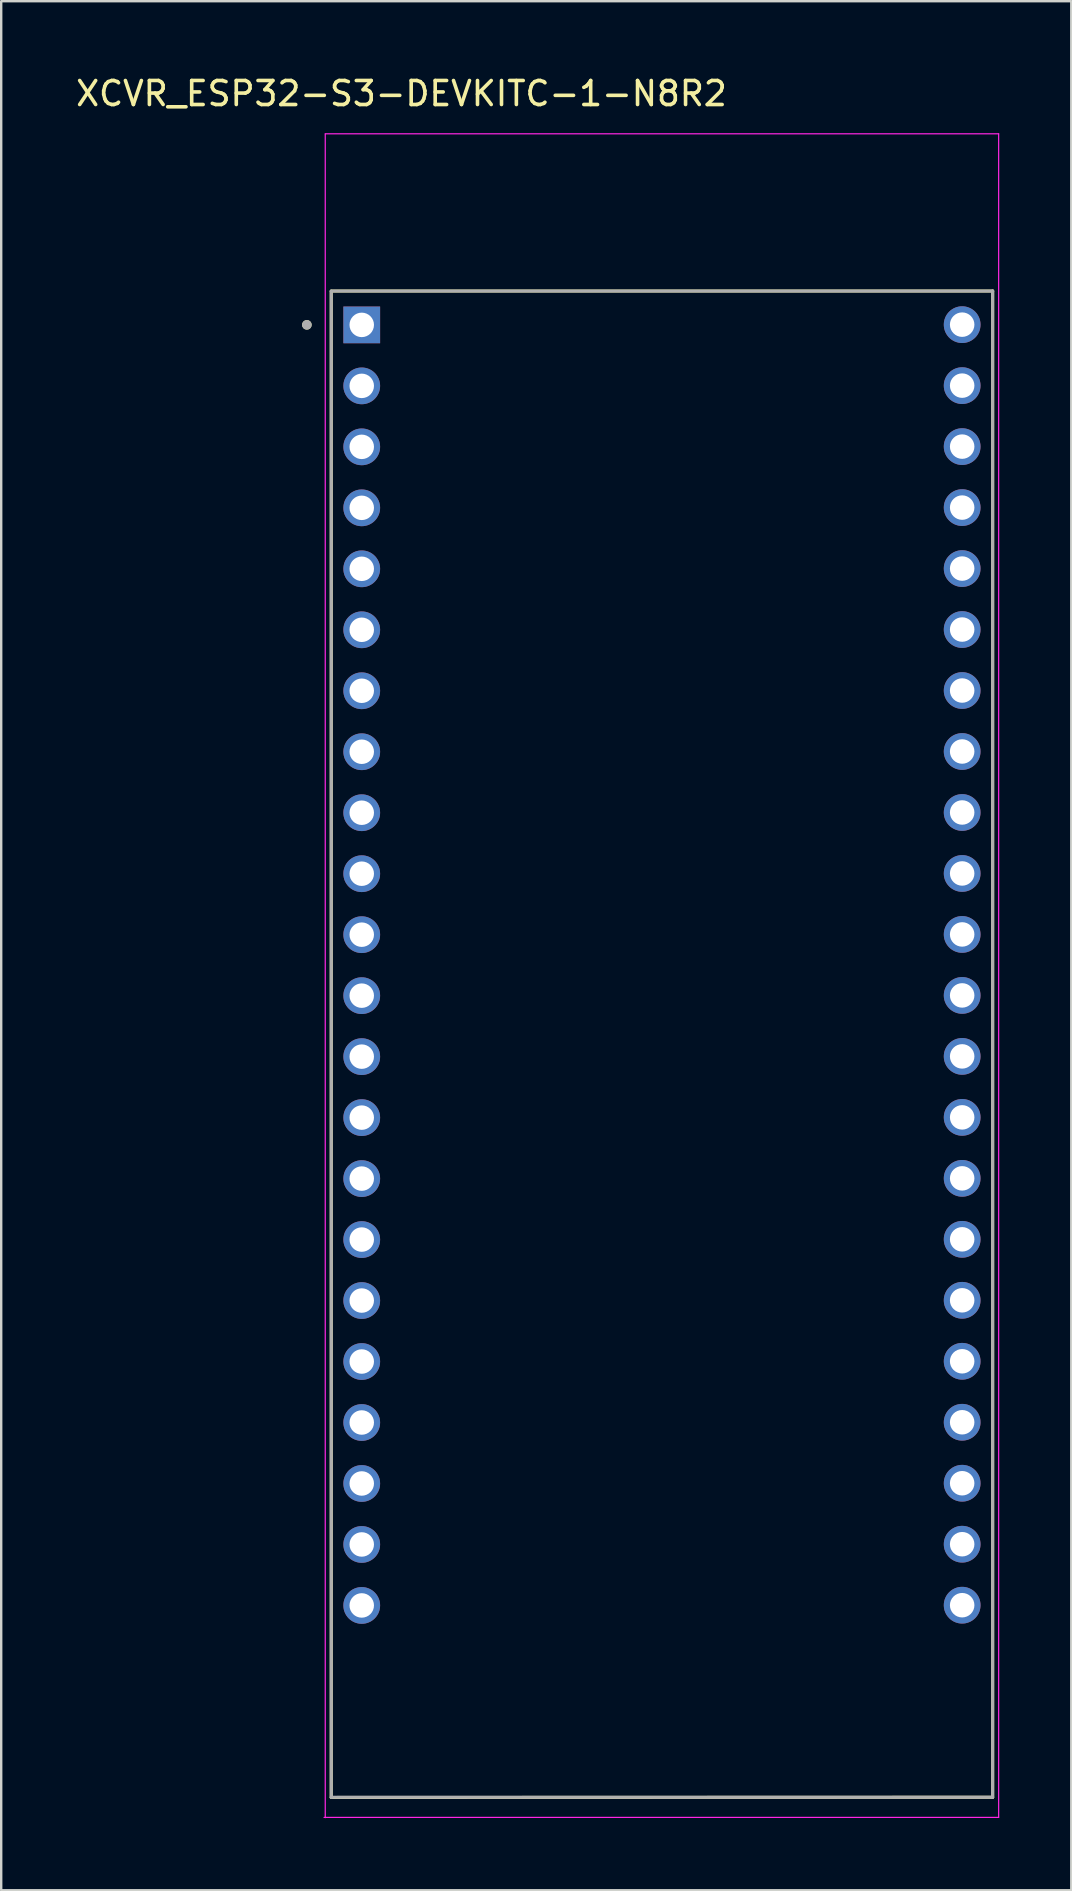
<source format=kicad_pcb>
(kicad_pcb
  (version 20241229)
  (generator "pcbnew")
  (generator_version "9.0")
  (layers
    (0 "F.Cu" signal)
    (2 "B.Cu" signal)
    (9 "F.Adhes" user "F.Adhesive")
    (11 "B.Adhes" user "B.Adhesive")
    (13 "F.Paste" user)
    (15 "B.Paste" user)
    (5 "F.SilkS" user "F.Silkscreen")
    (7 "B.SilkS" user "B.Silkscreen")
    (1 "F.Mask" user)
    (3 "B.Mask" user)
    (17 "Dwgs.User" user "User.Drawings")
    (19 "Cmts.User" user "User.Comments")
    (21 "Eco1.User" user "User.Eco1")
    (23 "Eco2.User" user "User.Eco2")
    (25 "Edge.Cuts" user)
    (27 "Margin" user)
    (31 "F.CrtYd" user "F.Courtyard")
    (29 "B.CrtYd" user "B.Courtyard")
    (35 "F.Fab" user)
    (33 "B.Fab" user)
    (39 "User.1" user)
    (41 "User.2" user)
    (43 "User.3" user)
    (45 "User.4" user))
  (footprint "XCVR_ESP32-S3-DEVKITC-1-N8R2"
    (layer "F.Cu")
    (at 23.448 40.453)
    (property "Reference" "XCVR_ESP32-S3-DEVKITC-1-N8R2" (at -9.775 -39.605 0) (layer "F.SilkS") (effects (font (size 1 1) (thickness 0.15))))
    (attr through_hole)
    (fp_line (start -12.7 -31.38) (end 14.85 -31.38) (stroke (width 0.127) (type solid)) (layer "F.SilkS"))
    (fp_line (start -12.7 31.37) (end -12.7 -31.37) (stroke (width 0.127) (type solid)) (layer "F.SilkS"))
    (fp_line (start 14.85 -31.38) (end 14.85 31.36) (stroke (width 0.127) (type solid)) (layer "F.SilkS"))
    (fp_line (start 14.85 31.36) (end -12.7 31.37) (stroke (width 0.127) (type solid)) (layer "F.SilkS"))
    (fp_circle (center -13.716 -29.972) (end -13.616 -29.972) (stroke (width 0.2) (type solid)) (fill no) (layer "F.SilkS"))
    (fp_line (start -13 32.2) (end 15.1 32.2) (stroke (width 0.05) (type solid)) (layer "F.CrtYd"))
    (fp_line (start -12.95 -37.92) (end -12.95 32.21) (stroke (width 0.05) (type solid)) (layer "F.CrtYd"))
    (fp_line (start 15.1 -37.93) (end -12.95 -37.93) (stroke (width 0.05) (type solid)) (layer "F.CrtYd"))
    (fp_line (start 15.1 32.2) (end 15.1 -37.93) (stroke (width 0.05) (type solid)) (layer "F.CrtYd"))
    (fp_line (start -12.7 -31.38) (end 14.85 -31.38) (stroke (width 0.127) (type solid)) (layer "F.Fab"))
    (fp_line (start -12.7 31.37) (end -12.7 -31.37) (stroke (width 0.127) (type solid)) (layer "F.Fab"))
    (fp_line (start 14.85 -31.38) (end 14.85 31.36) (stroke (width 0.127) (type solid)) (layer "F.Fab"))
    (fp_line (start 14.85 31.36) (end -12.7 31.36) (stroke (width 0.127) (type solid)) (layer "F.Fab"))
    (fp_circle (center -13.716 -29.972) (end -13.616 -29.972) (stroke (width 0.2) (type solid)) (fill no) (layer "F.Fab"))
    (pad "J1_1" thru_hole rect (at -11.43 -29.97) (size 1.53 1.53) (drill 1.02) (layers "*.Cu" "*.Mask"))
    (pad "J1_2" thru_hole circle (at -11.43 -27.43) (size 1.53 1.53) (drill 1.02) (layers "*.Cu" "*.Mask"))
    (pad "J1_3" thru_hole circle (at -11.43 -24.89) (size 1.53 1.53) (drill 1.02) (layers "*.Cu" "*.Mask"))
    (pad "J1_4" thru_hole circle (at -11.43 -22.35) (size 1.53 1.53) (drill 1.02) (layers "*.Cu" "*.Mask"))
    (pad "J1_5" thru_hole circle (at -11.43 -19.81) (size 1.53 1.53) (drill 1.02) (layers "*.Cu" "*.Mask"))
    (pad "J1_6" thru_hole circle (at -11.43 -17.27) (size 1.53 1.53) (drill 1.02) (layers "*.Cu" "*.Mask"))
    (pad "J1_7" thru_hole circle (at -11.43 -14.73) (size 1.53 1.53) (drill 1.02) (layers "*.Cu" "*.Mask"))
    (pad "J1_8" thru_hole circle (at -11.43 -12.19) (size 1.53 1.53) (drill 1.02) (layers "*.Cu" "*.Mask"))
    (pad "J1_9" thru_hole circle (at -11.43 -9.65) (size 1.53 1.53) (drill 1.02) (layers "*.Cu" "*.Mask"))
    (pad "J1_10" thru_hole circle (at -11.43 -7.11) (size 1.53 1.53) (drill 1.02) (layers "*.Cu" "*.Mask"))
    (pad "J1_11" thru_hole circle (at -11.43 -4.57) (size 1.53 1.53) (drill 1.02) (layers "*.Cu" "*.Mask"))
    (pad "J1_12" thru_hole circle (at -11.43 -2.03) (size 1.53 1.53) (drill 1.02) (layers "*.Cu" "*.Mask"))
    (pad "J1_13" thru_hole circle (at -11.43 0.51) (size 1.53 1.53) (drill 1.02) (layers "*.Cu" "*.Mask"))
    (pad "J1_14" thru_hole circle (at -11.43 3.05) (size 1.53 1.53) (drill 1.02) (layers "*.Cu" "*.Mask"))
    (pad "J1_15" thru_hole circle (at -11.43 5.59) (size 1.53 1.53) (drill 1.02) (layers "*.Cu" "*.Mask"))
    (pad "J1_16" thru_hole circle (at -11.43 8.13) (size 1.53 1.53) (drill 1.02) (layers "*.Cu" "*.Mask"))
    (pad "J1_17" thru_hole circle (at -11.43 10.67) (size 1.53 1.53) (drill 1.02) (layers "*.Cu" "*.Mask"))
    (pad "J1_18" thru_hole circle (at -11.43 13.21) (size 1.53 1.53) (drill 1.02) (layers "*.Cu" "*.Mask"))
    (pad "J1_19" thru_hole circle (at -11.43 15.75) (size 1.53 1.53) (drill 1.02) (layers "*.Cu" "*.Mask"))
    (pad "J1_20" thru_hole circle (at -11.43 18.29) (size 1.53 1.53) (drill 1.02) (layers "*.Cu" "*.Mask"))
    (pad "J1_21" thru_hole circle (at -11.43 20.83) (size 1.53 1.53) (drill 1.02) (layers "*.Cu" "*.Mask"))
    (pad "J1_22" thru_hole circle (at -11.43 23.37) (size 1.53 1.53) (drill 1.02) (layers "*.Cu" "*.Mask"))
    (pad "J3_1" thru_hole circle (at 13.58 -29.98) (size 1.53 1.53) (drill 1.02) (layers "*.Cu" "*.Mask"))
    (pad "J3_2" thru_hole circle (at 13.58 -27.44) (size 1.53 1.53) (drill 1.02) (layers "*.Cu" "*.Mask"))
    (pad "J3_3" thru_hole circle (at 13.58 -24.9) (size 1.53 1.53) (drill 1.02) (layers "*.Cu" "*.Mask"))
    (pad "J3_4" thru_hole circle (at 13.58 -22.36) (size 1.53 1.53) (drill 1.02) (layers "*.Cu" "*.Mask"))
    (pad "J3_5" thru_hole circle (at 13.58 -19.82) (size 1.53 1.53) (drill 1.02) (layers "*.Cu" "*.Mask"))
    (pad "J3_6" thru_hole circle (at 13.58 -17.28) (size 1.53 1.53) (drill 1.02) (layers "*.Cu" "*.Mask"))
    (pad "J3_7" thru_hole circle (at 13.58 -14.74) (size 1.53 1.53) (drill 1.02) (layers "*.Cu" "*.Mask"))
    (pad "J3_8" thru_hole circle (at 13.58 -12.2) (size 1.53 1.53) (drill 1.02) (layers "*.Cu" "*.Mask"))
    (pad "J3_9" thru_hole circle (at 13.58 -9.66) (size 1.53 1.53) (drill 1.02) (layers "*.Cu" "*.Mask"))
    (pad "J3_10" thru_hole circle (at 13.58 -7.12) (size 1.53 1.53) (drill 1.02) (layers "*.Cu" "*.Mask"))
    (pad "J3_11" thru_hole circle (at 13.58 -4.58) (size 1.53 1.53) (drill 1.02) (layers "*.Cu" "*.Mask"))
    (pad "J3_12" thru_hole circle (at 13.58 -2.04) (size 1.53 1.53) (drill 1.02) (layers "*.Cu" "*.Mask"))
    (pad "J3_13" thru_hole circle (at 13.58 0.5) (size 1.53 1.53) (drill 1.02) (layers "*.Cu" "*.Mask"))
    (pad "J3_14" thru_hole circle (at 13.58 3.04) (size 1.53 1.53) (drill 1.02) (layers "*.Cu" "*.Mask"))
    (pad "J3_15" thru_hole circle (at 13.58 5.58) (size 1.53 1.53) (drill 1.02) (layers "*.Cu" "*.Mask"))
    (pad "J3_16" thru_hole circle (at 13.58 8.12) (size 1.53 1.53) (drill 1.02) (layers "*.Cu" "*.Mask"))
    (pad "J3_17" thru_hole circle (at 13.58 10.66) (size 1.53 1.53) (drill 1.02) (layers "*.Cu" "*.Mask"))
    (pad "J3_18" thru_hole circle (at 13.58 13.2) (size 1.53 1.53) (drill 1.02) (layers "*.Cu" "*.Mask"))
    (pad "J3_19" thru_hole circle (at 13.58 15.74) (size 1.53 1.53) (drill 1.02) (layers "*.Cu" "*.Mask"))
    (pad "J3_20" thru_hole circle (at 13.58 18.28) (size 1.53 1.53) (drill 1.02) (layers "*.Cu" "*.Mask"))
    (pad "J3_21" thru_hole circle (at 13.58 20.82) (size 1.53 1.53) (drill 1.02) (layers "*.Cu" "*.Mask"))
    (pad "J3_22" thru_hole circle (at 13.58 23.36) (size 1.53 1.53) (drill 1.02) (layers "*.Cu" "*.Mask")))
  (gr_rect
    (start -3 -3)
    (end 41.573 75.688)
    (stroke (width 0.1) (type default))
    (fill no)
    (layer "Edge.Cuts")))
</source>
